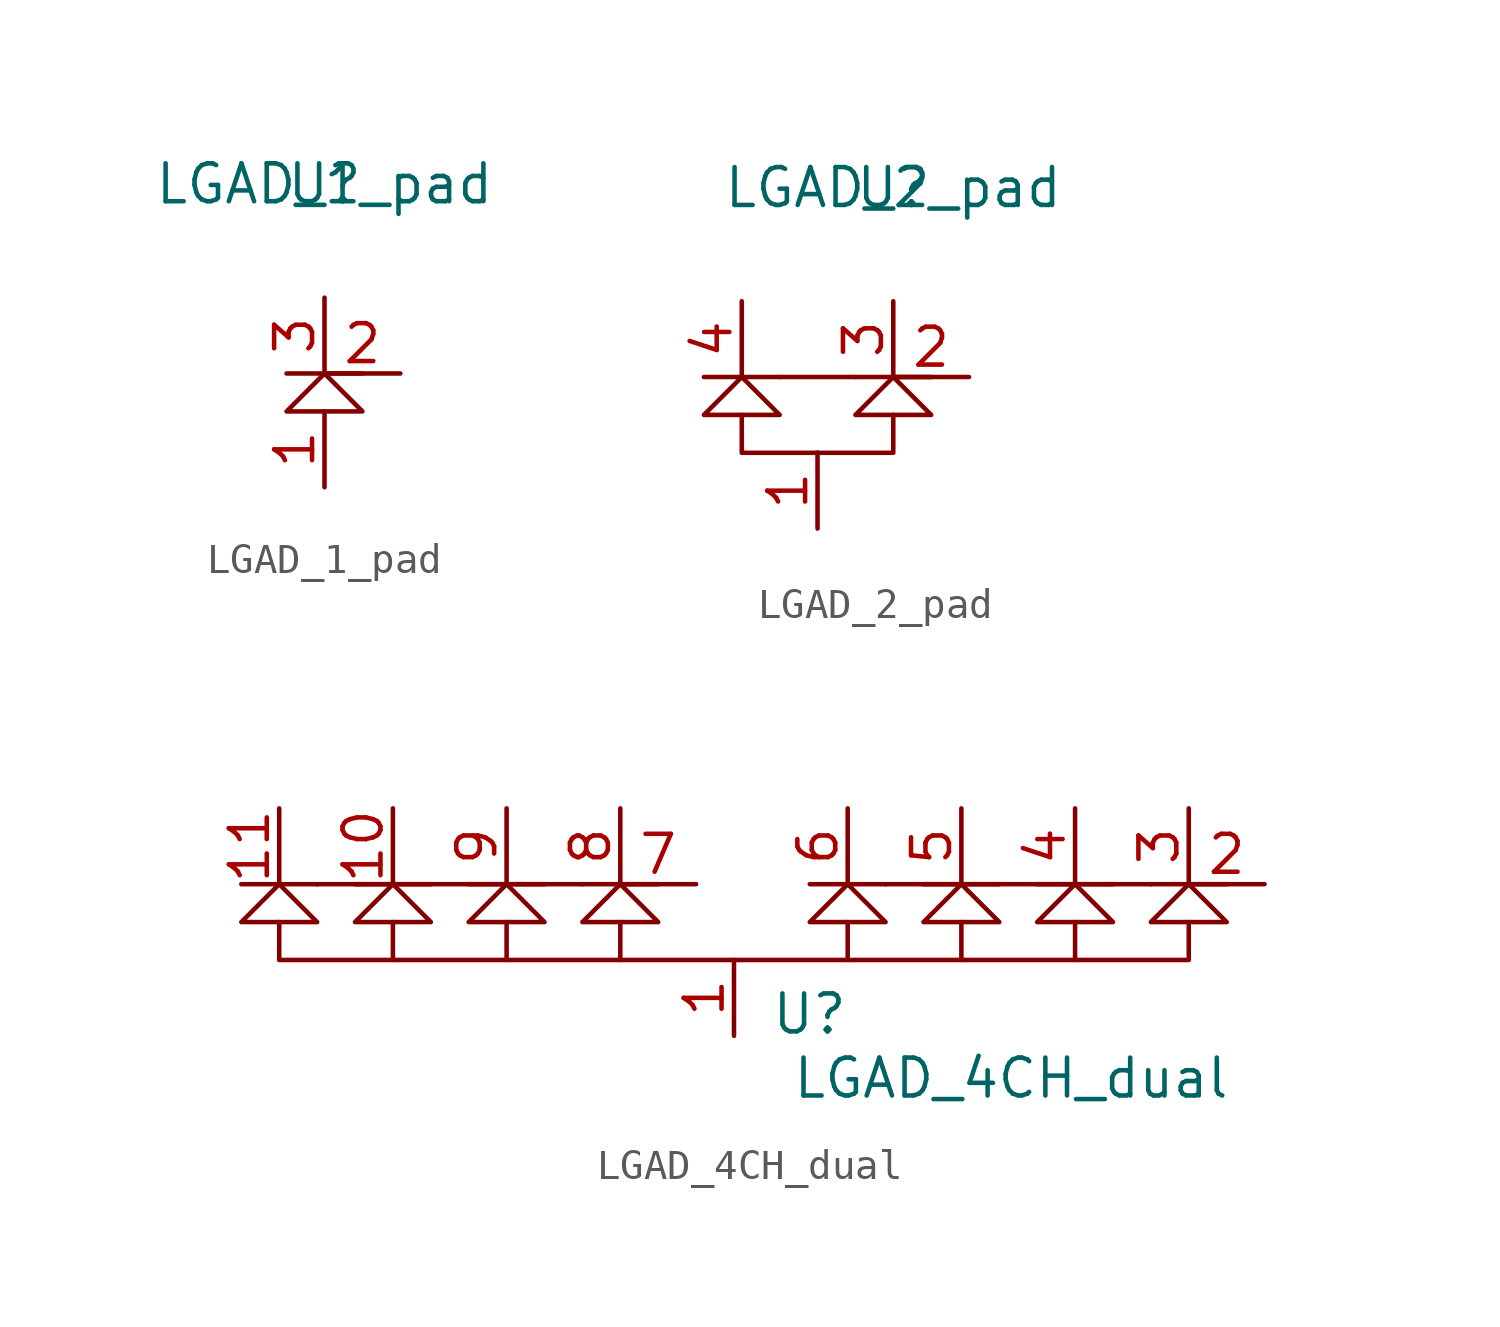
<source format=kicad_sym>
(kicad_symbol_lib
  (version 20211014)
  (generator kicad_symbol_editor)
  (symbol "LGAD_1_pad"
    (property "Reference" "U"
      (at 0 3.81 0)
      (effects (font (size 1.27 1.27))))
    (property "Value" "LGAD_1_pad"
      (at 0 3.81 0)
      (effects (font (size 1.27 1.27))))
    (symbol "LGAD_1_pad_0_1"
      (polyline (pts (xy -1.27 -2.54) (xy 1.27 -2.54)) (stroke (width 0) (type default) (color 0 0 0 0)) (fill (type none)))
      (polyline (pts (xy -1.27 -3.81) (xy 1.27 -3.81) (xy 0 -2.54) (xy -1.27 -3.81)) (stroke (width 0) (type default) (color 0 0 0 0)) (fill (type none))))
    (symbol "LGAD_1_pad_1_1"
      (pin unspecified line (at 0 -6.35 90) (length 2.54) (name "" (effects (font (size 1.27 1.27)))) (number "1" (effects (font (size 1.27 1.27)))))
      (pin unspecified line (at 2.54 -2.54 180) (length 2.54) (name "" (effects (font (size 1.27 1.27)))) (number "2" (effects (font (size 1.27 1.27)))))
      (pin unspecified line (at 0 0 270) (length 2.54) (name "" (effects (font (size 1.27 1.27)))) (number "3" (effects (font (size 1.27 1.27)))))))
  (symbol "LGAD_2_pad"
    (property "Reference" "U"
      (at 0 3.81 0)
      (effects (font (size 1.27 1.27))))
    (property "Value" "LGAD_2_pad"
      (at 0 3.81 0)
      (effects (font (size 1.27 1.27))))
    (symbol "LGAD_2_pad_0_1"
      (polyline (pts (xy -6.35 -2.54) (xy -3.81 -2.54)) (stroke (width 0) (type default) (color 0 0 0 0)) (fill (type none)))
      (polyline (pts (xy -1.27 -2.54) (xy -3.81 -2.54)) (stroke (width 0) (type default) (color 0 0 0 0)) (fill (type none)))
      (polyline (pts (xy -1.27 -2.54) (xy 1.27 -2.54)) (stroke (width 0) (type default) (color 0 0 0 0)) (fill (type none)))
      (polyline (pts (xy -2.54 -5.08) (xy -5.08 -5.08) (xy -5.08 -3.81)) (stroke (width 0) (type default) (color 0 0 0 0)) (fill (type none)))
      (polyline (pts (xy -2.54 -5.08) (xy 0 -5.08) (xy 0 -3.81)) (stroke (width 0) (type default) (color 0 0 0 0)) (fill (type none)))
      (polyline (pts (xy -6.35 -3.81) (xy -3.81 -3.81) (xy -5.08 -2.54) (xy -6.35 -3.81)) (stroke (width 0) (type default) (color 0 0 0 0)) (fill (type none)))
      (polyline (pts (xy -1.27 -3.81) (xy 1.27 -3.81) (xy 0 -2.54) (xy -1.27 -3.81)) (stroke (width 0) (type default) (color 0 0 0 0)) (fill (type none))))
    (symbol "LGAD_2_pad_1_1"
      (pin unspecified line (at -2.54 -7.62 90) (length 2.54) (name "" (effects (font (size 1.27 1.27)))) (number "1" (effects (font (size 1.27 1.27)))))
      (pin unspecified line (at 2.54 -2.54 180) (length 2.54) (name "" (effects (font (size 1.27 1.27)))) (number "2" (effects (font (size 1.27 1.27)))))
      (pin unspecified line (at 0 0 270) (length 2.54) (name "" (effects (font (size 1.27 1.27)))) (number "3" (effects (font (size 1.27 1.27)))))
      (pin unspecified line (at -5.08 0 270) (length 2.54) (name "" (effects (font (size 1.27 1.27)))) (number "4" (effects (font (size 1.27 1.27)))))))
  (symbol "LGAD_4CH_dual"
    (property "Reference" "U"
      (at 2.53 -1.811 0)
      (effects (font (size 1.27 1.27))))
    (property "Value" "LGAD_4CH_dual"
      (at 9.285 -3.961 0)
      (effects (font (size 1.27 1.27))))
    (symbol "LGAD_4CH_dual_0_1"
      (polyline (pts (xy -16.51 2.54) (xy -13.97 2.54)) (stroke (width 0) (type default) (color 0 0 0 0)) (fill (type none)))
      (polyline (pts (xy -13.97 2.54) (xy -5.08 2.54)) (stroke (width 0) (type default) (color 0 0 0 0)) (fill (type none)))
      (polyline (pts (xy -12.7 2.54) (xy -10.16 2.54)) (stroke (width 0) (type default) (color 0 0 0 0)) (fill (type none)))
      (polyline (pts (xy -11.43 0) (xy -11.43 1.27)) (stroke (width 0) (type default) (color 0 0 0 0)) (fill (type none)))
      (polyline (pts (xy -8.89 2.54) (xy -6.35 2.54)) (stroke (width 0) (type default) (color 0 0 0 0)) (fill (type none)))
      (polyline (pts (xy -7.62 0) (xy -7.62 1.27)) (stroke (width 0) (type default) (color 0 0 0 0)) (fill (type none)))
      (polyline (pts (xy -5.08 2.54) (xy -2.54 2.54)) (stroke (width 0) (type default) (color 0 0 0 0)) (fill (type none)))
      (polyline (pts (xy -3.81 0) (xy 3.81 0)) (stroke (width 0) (type default) (color 0 0 0 0)) (fill (type none)))
      (polyline (pts (xy 2.54 2.54) (xy 5.08 2.54)) (stroke (width 0) (type default) (color 0 0 0 0)) (fill (type none)))
      (polyline (pts (xy 5.08 2.54) (xy 13.97 2.54)) (stroke (width 0) (type default) (color 0 0 0 0)) (fill (type none)))
      (polyline (pts (xy 6.35 2.54) (xy 8.89 2.54)) (stroke (width 0) (type default) (color 0 0 0 0)) (fill (type none)))
      (polyline (pts (xy 7.62 0) (xy 7.62 1.27)) (stroke (width 0) (type default) (color 0 0 0 0)) (fill (type none)))
      (polyline (pts (xy 10.16 2.54) (xy 12.7 2.54)) (stroke (width 0) (type default) (color 0 0 0 0)) (fill (type none)))
      (polyline (pts (xy 11.43 0) (xy 11.43 1.27)) (stroke (width 0) (type default) (color 0 0 0 0)) (fill (type none)))
      (polyline (pts (xy 13.97 2.54) (xy 16.51 2.54)) (stroke (width 0) (type default) (color 0 0 0 0)) (fill (type none)))
      (polyline (pts (xy -16.51 1.27) (xy -13.97 1.27) (xy -15.24 2.54) (xy -16.51 1.27)) (stroke (width 0) (type default) (color 0 0 0 0)) (fill (type none)))
      (polyline (pts (xy -15.24 1.27) (xy -15.24 0) (xy -3.81 0) (xy -3.81 1.27)) (stroke (width 0) (type default) (color 0 0 0 0)) (fill (type none)))
      (polyline (pts (xy -12.7 1.27) (xy -10.16 1.27) (xy -11.43 2.54) (xy -12.7 1.27)) (stroke (width 0) (type default) (color 0 0 0 0)) (fill (type none)))
      (polyline (pts (xy -8.89 1.27) (xy -6.35 1.27) (xy -7.62 2.54) (xy -8.89 1.27)) (stroke (width 0) (type default) (color 0 0 0 0)) (fill (type none)))
      (polyline (pts (xy -5.08 1.27) (xy -2.54 1.27) (xy -3.81 2.54) (xy -5.08 1.27)) (stroke (width 0) (type default) (color 0 0 0 0)) (fill (type none)))
      (polyline (pts (xy 2.54 1.27) (xy 5.08 1.27) (xy 3.81 2.54) (xy 2.54 1.27)) (stroke (width 0) (type default) (color 0 0 0 0)) (fill (type none)))
      (polyline (pts (xy 3.81 1.27) (xy 3.81 0) (xy 15.24 0) (xy 15.24 1.27)) (stroke (width 0) (type default) (color 0 0 0 0)) (fill (type none)))
      (polyline (pts (xy 6.35 1.27) (xy 8.89 1.27) (xy 7.62 2.54) (xy 6.35 1.27)) (stroke (width 0) (type default) (color 0 0 0 0)) (fill (type none)))
      (polyline (pts (xy 10.16 1.27) (xy 12.7 1.27) (xy 11.43 2.54) (xy 10.16 1.27)) (stroke (width 0) (type default) (color 0 0 0 0)) (fill (type none)))
      (polyline (pts (xy 13.97 1.27) (xy 16.51 1.27) (xy 15.24 2.54) (xy 13.97 1.27)) (stroke (width 0) (type default) (color 0 0 0 0)) (fill (type none))))
    (symbol "LGAD_4CH_dual_1_1"
      (pin unspecified line (at 0 -2.54 90) (length 2.54) (name "" (effects (font (size 1.27 1.27)))) (number "1" (effects (font (size 1.27 1.27)))))
      (pin unspecified line (at -11.43 5.08 270) (length 2.54) (name "" (effects (font (size 1.27 1.27)))) (number "10" (effects (font (size 1.27 1.27)))))
      (pin unspecified line (at -15.24 5.08 270) (length 2.54) (name "" (effects (font (size 1.27 1.27)))) (number "11" (effects (font (size 1.27 1.27)))))
      (pin unspecified line (at 17.78 2.54 180) (length 2.54) (name "" (effects (font (size 1.27 1.27)))) (number "2" (effects (font (size 1.27 1.27)))))
      (pin unspecified line (at 15.24 5.08 270) (length 2.54) (name "" (effects (font (size 1.27 1.27)))) (number "3" (effects (font (size 1.27 1.27)))))
      (pin unspecified line (at 11.43 5.08 270) (length 2.54) (name "" (effects (font (size 1.27 1.27)))) (number "4" (effects (font (size 1.27 1.27)))))
      (pin unspecified line (at 7.62 5.08 270) (length 2.54) (name "" (effects (font (size 1.27 1.27)))) (number "5" (effects (font (size 1.27 1.27)))))
      (pin unspecified line (at 3.81 5.08 270) (length 2.54) (name "" (effects (font (size 1.27 1.27)))) (number "6" (effects (font (size 1.27 1.27)))))
      (pin unspecified line (at -1.27 2.54 180) (length 2.54) (name "" (effects (font (size 1.27 1.27)))) (number "7" (effects (font (size 1.27 1.27)))))
      (pin unspecified line (at -3.81 5.08 270) (length 2.54) (name "" (effects (font (size 1.27 1.27)))) (number "8" (effects (font (size 1.27 1.27)))))
      (pin unspecified line (at -7.62 5.08 270) (length 2.54) (name "" (effects (font (size 1.27 1.27)))) (number "9" (effects (font (size 1.27 1.27))))))))
</source>
